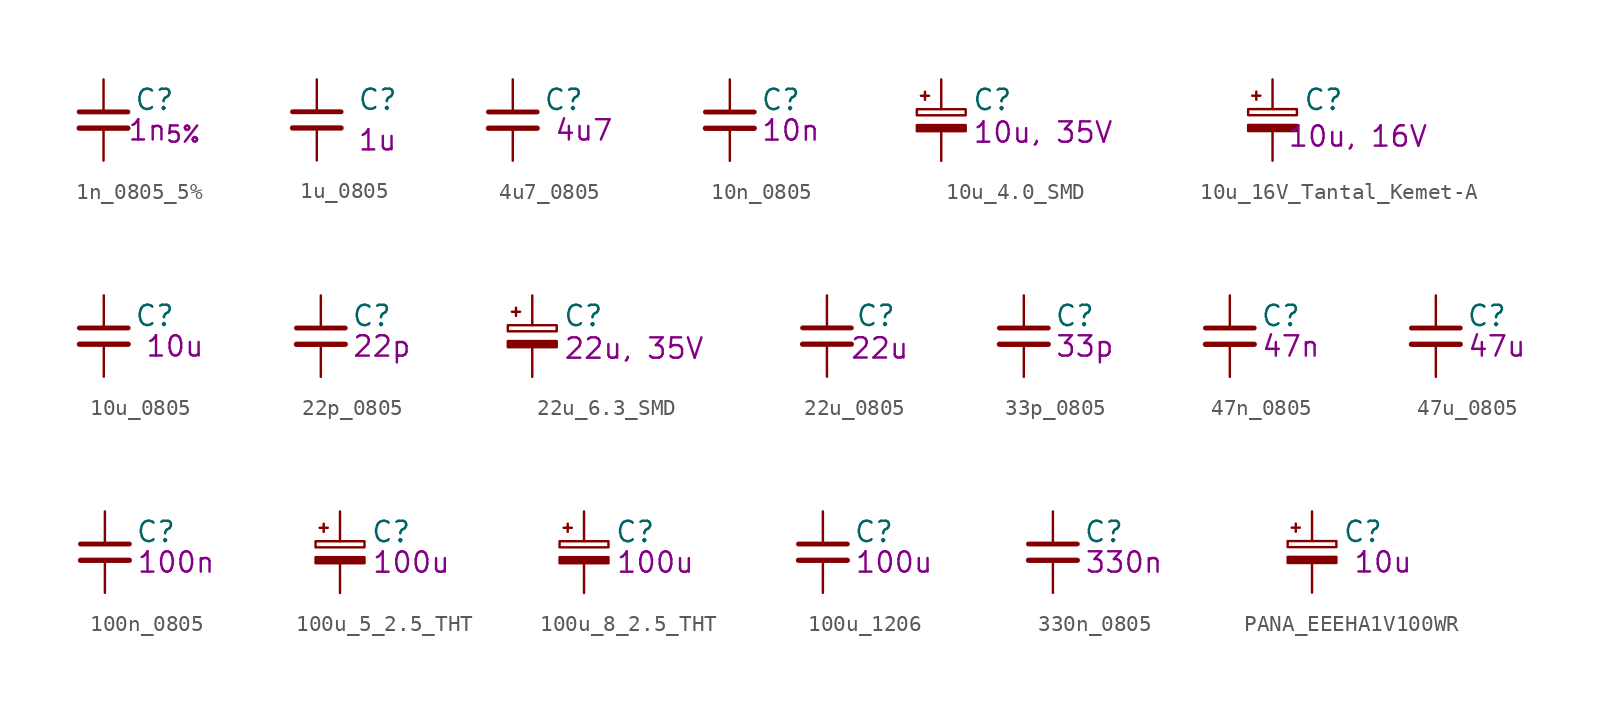
<source format=kicad_sym>
(kicad_symbol_lib
  (version 20241209)
  (generator "kicad_symbol_editor")
  (generator_version "9.0")
  (symbol "1n_0805_5%"
    (pin_numbers
      (hide yes))
    (pin_names
      (offset 0.254))
    (property "Reference" "C"
      (at 1.905 1.27 0)
      (effects (font (size 1.27 1.27)) (justify left)))
    (property "Value_" "1n_{5%}"
      (at 3.81 -0.635 0)
      (effects (font (size 1.27 1.27))))
    (symbol "1n_0805_5%_1_1"
      (polyline (pts (xy -1.524 0.508) (xy 1.524 0.508)) (stroke (width 0.305) (type default)) (fill (type none)))
      (polyline (pts (xy -1.524 -0.508) (xy 1.524 -0.508)) (stroke (width 0.33) (type default)) (fill (type none)))
      (pin passive line (at 0 2.54 270) (length 2.032) (name "~" (effects (font (size 1.27 1.27)))) (number "1" (effects (font (size 1.27 1.27)))))
      (pin passive line (at 0 -2.54 90) (length 2.032) (name "~" (effects (font (size 1.27 1.27)))) (number "2" (effects (font (size 1.27 1.27)))))))
  (symbol "1u_0805"
    (pin_numbers
      (hide yes))
    (pin_names
      (offset 0.254))
    (property "Reference" "C"
      (at 2.54 1.27 0)
      (effects (font (size 1.27 1.27)) (justify left)))
    (property "Value_" "1u"
      (at 3.81 -1.27 0)
      (effects (font (size 1.27 1.27))))
    (symbol "1u_0805_1_1"
      (polyline (pts (xy -1.524 0.508) (xy 1.524 0.508)) (stroke (width 0.305) (type default)) (fill (type none)))
      (polyline (pts (xy -1.524 -0.508) (xy 1.524 -0.508)) (stroke (width 0.33) (type default)) (fill (type none)))
      (pin passive line (at 0 2.54 270) (length 2.032) (name "~" (effects (font (size 1.27 1.27)))) (number "1" (effects (font (size 1.27 1.27)))))
      (pin passive line (at 0 -2.54 90) (length 2.032) (name "~" (effects (font (size 1.27 1.27)))) (number "2" (effects (font (size 1.27 1.27)))))))
  (symbol "4u7_0805"
    (pin_numbers
      (hide yes))
    (pin_names
      (offset 0.254))
    (property "Reference" "C"
      (at 1.905 1.27 0)
      (effects (font (size 1.27 1.27)) (justify left)))
    (property "Value_" "4u7"
      (at 4.445 -0.635 0)
      (effects (font (size 1.27 1.27))))
    (symbol "4u7_0805_1_1"
      (polyline (pts (xy -1.524 0.508) (xy 1.524 0.508)) (stroke (width 0.305) (type default)) (fill (type none)))
      (polyline (pts (xy -1.524 -0.508) (xy 1.524 -0.508)) (stroke (width 0.33) (type default)) (fill (type none)))
      (pin passive line (at 0 2.54 270) (length 2.032) (name "~" (effects (font (size 1.27 1.27)))) (number "1" (effects (font (size 1.27 1.27)))))
      (pin passive line (at 0 -2.54 90) (length 2.032) (name "~" (effects (font (size 1.27 1.27)))) (number "2" (effects (font (size 1.27 1.27)))))))
  (symbol "10n_0805"
    (pin_numbers
      (hide yes))
    (pin_names
      (offset 0.254))
    (property "Reference" "C"
      (at 1.905 1.27 0)
      (effects (font (size 1.27 1.27)) (justify left)))
    (property "Value_" "10n"
      (at 3.81 -0.635 0)
      (effects (font (size 1.27 1.27))))
    (symbol "10n_0805_1_1"
      (polyline (pts (xy -1.524 0.508) (xy 1.524 0.508)) (stroke (width 0.305) (type default)) (fill (type none)))
      (polyline (pts (xy -1.524 -0.508) (xy 1.524 -0.508)) (stroke (width 0.33) (type default)) (fill (type none)))
      (pin passive line (at 0 2.54 270) (length 2.032) (name "~" (effects (font (size 1.27 1.27)))) (number "1" (effects (font (size 1.27 1.27)))))
      (pin passive line (at 0 -2.54 90) (length 2.032) (name "~" (effects (font (size 1.27 1.27)))) (number "2" (effects (font (size 1.27 1.27)))))))
  (symbol "10u_4.0_SMD"
    (pin_numbers
      (hide yes))
    (pin_names
      (offset 0.254)
      (hide yes))
    (property "Reference" "C"
      (at 1.905 1.27 0)
      (effects (font (size 1.27 1.27)) (justify left)))
    (property "Value_" "10u, 35V"
      (at 6.35 -0.762 0)
      (effects (font (size 1.27 1.27))))
    (symbol "10u_4.0_SMD_0_1"
      (rectangle (start -1.524 0.686) (end 1.524 0.305) (stroke (width 0) (type default)) (fill (type none)))
      (rectangle (start -1.524 -0.305) (end 1.524 -0.686) (stroke (width 0) (type default)) (fill (type outline)))
      (polyline (pts (xy -1.27 1.524) (xy -0.762 1.524)) (stroke (width 0) (type default)) (fill (type none)))
      (polyline (pts (xy -1.016 1.27) (xy -1.016 1.778)) (stroke (width 0) (type default)) (fill (type none))))
    (symbol "10u_4.0_SMD_1_1"
      (pin passive line (at 0 2.54 270) (length 1.854) (name "~" (effects (font (size 1.27 1.27)))) (number "1" (effects (font (size 1.27 1.27)))))
      (pin passive line (at 0 -2.54 90) (length 1.854) (name "~" (effects (font (size 1.27 1.27)))) (number "2" (effects (font (size 1.27 1.27)))))))
  (symbol "10u_16V_Tantal_Kemet-A"
    (pin_numbers
      (hide yes))
    (pin_names
      (offset 0.254))
    (property "Reference" "C"
      (at 1.905 1.27 0)
      (effects (font (size 1.27 1.27)) (justify left)))
    (property "Value_" "10u, 16V"
      (at 5.334 -1.016 0)
      (effects (font (size 1.27 1.27))))
    (symbol "10u_16V_Tantal_Kemet-A_0_1"
      (rectangle (start -1.524 0.686) (end 1.524 0.305) (stroke (width 0) (type default)) (fill (type none)))
      (rectangle (start -1.524 -0.305) (end 1.524 -0.686) (stroke (width 0) (type default)) (fill (type outline)))
      (polyline (pts (xy -1.27 1.524) (xy -0.762 1.524)) (stroke (width 0) (type default)) (fill (type none)))
      (polyline (pts (xy -1.016 1.27) (xy -1.016 1.778)) (stroke (width 0) (type default)) (fill (type none))))
    (symbol "10u_16V_Tantal_Kemet-A_1_1"
      (pin passive line (at 0 2.54 270) (length 1.854) (name "~" (effects (font (size 1.27 1.27)))) (number "1" (effects (font (size 1.27 1.27)))))
      (pin passive line (at 0 -2.54 90) (length 1.854) (name "~" (effects (font (size 1.27 1.27)))) (number "2" (effects (font (size 1.27 1.27)))))))
  (symbol "10u_0805"
    (pin_numbers
      (hide yes))
    (pin_names
      (offset 0.254))
    (property "Reference" "C"
      (at 1.905 1.27 0)
      (effects (font (size 1.27 1.27)) (justify left)))
    (property "Value_" "10u"
      (at 4.445 -0.635 0)
      (effects (font (size 1.27 1.27))))
    (symbol "10u_0805_1_1"
      (polyline (pts (xy -1.524 0.508) (xy 1.524 0.508)) (stroke (width 0.305) (type default)) (fill (type none)))
      (polyline (pts (xy -1.524 -0.508) (xy 1.524 -0.508)) (stroke (width 0.33) (type default)) (fill (type none)))
      (pin passive line (at 0 2.54 270) (length 2.032) (name "~" (effects (font (size 1.27 1.27)))) (number "1" (effects (font (size 1.27 1.27)))))
      (pin passive line (at 0 -2.54 90) (length 2.032) (name "~" (effects (font (size 1.27 1.27)))) (number "2" (effects (font (size 1.27 1.27)))))))
  (symbol "22p_0805"
    (pin_numbers
      (hide yes))
    (pin_names
      (offset 0.254))
    (property "Reference" "C"
      (at 1.905 1.27 0)
      (effects (font (size 1.27 1.27)) (justify left)))
    (property "Value_" "22p"
      (at 3.81 -0.635 0)
      (effects (font (size 1.27 1.27))))
    (symbol "22p_0805_1_1"
      (polyline (pts (xy -1.524 0.508) (xy 1.524 0.508)) (stroke (width 0.305) (type default)) (fill (type none)))
      (polyline (pts (xy -1.524 -0.508) (xy 1.524 -0.508)) (stroke (width 0.33) (type default)) (fill (type none)))
      (pin passive line (at 0 2.54 270) (length 2.032) (name "~" (effects (font (size 1.27 1.27)))) (number "1" (effects (font (size 1.27 1.27)))))
      (pin passive line (at 0 -2.54 90) (length 2.032) (name "~" (effects (font (size 1.27 1.27)))) (number "2" (effects (font (size 1.27 1.27)))))))
  (symbol "22u_6.3_SMD"
    (pin_numbers
      (hide yes))
    (pin_names
      (offset 0.254)
      (hide yes))
    (property "Reference" "C"
      (at 1.905 1.27 0)
      (effects (font (size 1.27 1.27)) (justify left)))
    (property "Value_" "22u, 35V"
      (at 6.35 -0.762 0)
      (effects (font (size 1.27 1.27))))
    (symbol "22u_6.3_SMD_0_1"
      (rectangle (start -1.524 0.686) (end 1.524 0.305) (stroke (width 0) (type default)) (fill (type none)))
      (rectangle (start -1.524 -0.305) (end 1.524 -0.686) (stroke (width 0) (type default)) (fill (type outline)))
      (polyline (pts (xy -1.27 1.524) (xy -0.762 1.524)) (stroke (width 0) (type default)) (fill (type none)))
      (polyline (pts (xy -1.016 1.27) (xy -1.016 1.778)) (stroke (width 0) (type default)) (fill (type none))))
    (symbol "22u_6.3_SMD_1_1"
      (pin passive line (at 0 2.54 270) (length 1.854) (name "~" (effects (font (size 1.27 1.27)))) (number "1" (effects (font (size 1.27 1.27)))))
      (pin passive line (at 0 -2.54 90) (length 1.854) (name "~" (effects (font (size 1.27 1.27)))) (number "2" (effects (font (size 1.27 1.27)))))))
  (symbol "22u_0805"
    (pin_numbers
      (hide yes))
    (pin_names
      (offset 0.254))
    (property "Reference" "C"
      (at 1.778 1.27 0)
      (effects (font (size 1.27 1.27)) (justify left)))
    (property "Value_" "22u"
      (at 3.302 -0.762 0)
      (effects (font (size 1.27 1.27))))
    (symbol "22u_0805_1_1"
      (polyline (pts (xy -1.524 0.508) (xy 1.524 0.508)) (stroke (width 0.305) (type default)) (fill (type none)))
      (polyline (pts (xy -1.524 -0.508) (xy 1.524 -0.508)) (stroke (width 0.33) (type default)) (fill (type none)))
      (pin passive line (at 0 2.54 270) (length 2.032) (name "~" (effects (font (size 1.27 1.27)))) (number "1" (effects (font (size 1.27 1.27)))))
      (pin passive line (at 0 -2.54 90) (length 2.032) (name "~" (effects (font (size 1.27 1.27)))) (number "2" (effects (font (size 1.27 1.27)))))))
  (symbol "33p_0805"
    (pin_numbers
      (hide yes))
    (pin_names
      (offset 0.254))
    (property "Reference" "C"
      (at 1.905 1.27 0)
      (effects (font (size 1.27 1.27)) (justify left)))
    (property "Value_" "33p"
      (at 3.81 -0.635 0)
      (effects (font (size 1.27 1.27))))
    (symbol "33p_0805_1_1"
      (polyline (pts (xy -1.524 0.508) (xy 1.524 0.508)) (stroke (width 0.305) (type default)) (fill (type none)))
      (polyline (pts (xy -1.524 -0.508) (xy 1.524 -0.508)) (stroke (width 0.33) (type default)) (fill (type none)))
      (pin passive line (at 0 2.54 270) (length 2.032) (name "~" (effects (font (size 1.27 1.27)))) (number "1" (effects (font (size 1.27 1.27)))))
      (pin passive line (at 0 -2.54 90) (length 2.032) (name "~" (effects (font (size 1.27 1.27)))) (number "2" (effects (font (size 1.27 1.27)))))))
  (symbol "47n_0805"
    (pin_numbers
      (hide yes))
    (pin_names
      (offset 0.254))
    (property "Reference" "C"
      (at 1.905 1.27 0)
      (effects (font (size 1.27 1.27)) (justify left)))
    (property "Value_" "47n"
      (at 3.81 -0.635 0)
      (effects (font (size 1.27 1.27))))
    (symbol "47n_0805_1_1"
      (polyline (pts (xy -1.524 0.508) (xy 1.524 0.508)) (stroke (width 0.305) (type default)) (fill (type none)))
      (polyline (pts (xy -1.524 -0.508) (xy 1.524 -0.508)) (stroke (width 0.33) (type default)) (fill (type none)))
      (pin passive line (at 0 2.54 270) (length 2.032) (name "~" (effects (font (size 1.27 1.27)))) (number "1" (effects (font (size 1.27 1.27)))))
      (pin passive line (at 0 -2.54 90) (length 2.032) (name "~" (effects (font (size 1.27 1.27)))) (number "2" (effects (font (size 1.27 1.27)))))))
  (symbol "47u_0805"
    (pin_numbers
      (hide yes))
    (pin_names
      (offset 0.254))
    (property "Reference" "C"
      (at 1.905 1.27 0)
      (effects (font (size 1.27 1.27)) (justify left)))
    (property "Value_" "47u"
      (at 3.81 -0.635 0)
      (effects (font (size 1.27 1.27))))
    (symbol "47u_0805_1_1"
      (polyline (pts (xy -1.524 0.508) (xy 1.524 0.508)) (stroke (width 0.305) (type default)) (fill (type none)))
      (polyline (pts (xy -1.524 -0.508) (xy 1.524 -0.508)) (stroke (width 0.33) (type default)) (fill (type none)))
      (pin passive line (at 0 2.54 270) (length 2.032) (name "~" (effects (font (size 1.27 1.27)))) (number "1" (effects (font (size 1.27 1.27)))))
      (pin passive line (at 0 -2.54 90) (length 2.032) (name "~" (effects (font (size 1.27 1.27)))) (number "2" (effects (font (size 1.27 1.27)))))))
  (symbol "100n_0805"
    (pin_numbers
      (hide yes))
    (pin_names
      (offset 0.254))
    (property "Reference" "C"
      (at 1.905 1.27 0)
      (effects (font (size 1.27 1.27)) (justify left)))
    (property "Value_" "100n"
      (at 4.445 -0.635 0)
      (effects (font (size 1.27 1.27))))
    (symbol "100n_0805_1_1"
      (polyline (pts (xy -1.524 0.508) (xy 1.524 0.508)) (stroke (width 0.305) (type default)) (fill (type none)))
      (polyline (pts (xy -1.524 -0.508) (xy 1.524 -0.508)) (stroke (width 0.33) (type default)) (fill (type none)))
      (pin passive line (at 0 2.54 270) (length 2.032) (name "~" (effects (font (size 1.27 1.27)))) (number "1" (effects (font (size 1.27 1.27)))))
      (pin passive line (at 0 -2.54 90) (length 2.032) (name "~" (effects (font (size 1.27 1.27)))) (number "2" (effects (font (size 1.27 1.27)))))))
  (symbol "100u_5_2.5_THT"
    (pin_numbers
      (hide yes))
    (pin_names
      (offset 0.254)
      (hide yes))
    (property "Reference" "C"
      (at 1.905 1.27 0)
      (effects (font (size 1.27 1.27)) (justify left)))
    (property "Value_" "100u"
      (at 4.445 -0.635 0)
      (effects (font (size 1.27 1.27))))
    (symbol "100u_5_2.5_THT_0_1"
      (rectangle (start -1.524 0.686) (end 1.524 0.305) (stroke (width 0) (type default)) (fill (type none)))
      (rectangle (start -1.524 -0.305) (end 1.524 -0.686) (stroke (width 0) (type default)) (fill (type outline)))
      (polyline (pts (xy -1.27 1.524) (xy -0.762 1.524)) (stroke (width 0) (type default)) (fill (type none)))
      (polyline (pts (xy -1.016 1.27) (xy -1.016 1.778)) (stroke (width 0) (type default)) (fill (type none))))
    (symbol "100u_5_2.5_THT_1_1"
      (pin passive line (at 0 2.54 270) (length 1.854) (name "~" (effects (font (size 1.27 1.27)))) (number "1" (effects (font (size 1.27 1.27)))))
      (pin passive line (at 0 -2.54 90) (length 1.854) (name "~" (effects (font (size 1.27 1.27)))) (number "2" (effects (font (size 1.27 1.27)))))))
  (symbol "100u_8_2.5_THT"
    (pin_numbers
      (hide yes))
    (pin_names
      (offset 0.254)
      (hide yes))
    (property "Reference" "C"
      (at 1.905 1.27 0)
      (effects (font (size 1.27 1.27)) (justify left)))
    (property "Value_" "100u"
      (at 4.445 -0.635 0)
      (effects (font (size 1.27 1.27))))
    (symbol "100u_8_2.5_THT_0_1"
      (rectangle (start -1.524 0.686) (end 1.524 0.305) (stroke (width 0) (type default)) (fill (type none)))
      (rectangle (start -1.524 -0.305) (end 1.524 -0.686) (stroke (width 0) (type default)) (fill (type outline)))
      (polyline (pts (xy -1.27 1.524) (xy -0.762 1.524)) (stroke (width 0) (type default)) (fill (type none)))
      (polyline (pts (xy -1.016 1.27) (xy -1.016 1.778)) (stroke (width 0) (type default)) (fill (type none))))
    (symbol "100u_8_2.5_THT_1_1"
      (pin passive line (at 0 2.54 270) (length 1.854) (name "~" (effects (font (size 1.27 1.27)))) (number "1" (effects (font (size 1.27 1.27)))))
      (pin passive line (at 0 -2.54 90) (length 1.854) (name "~" (effects (font (size 1.27 1.27)))) (number "2" (effects (font (size 1.27 1.27)))))))
  (symbol "100u_1206"
    (pin_numbers
      (hide yes))
    (pin_names
      (offset 0.254))
    (property "Reference" "C"
      (at 1.905 1.27 0)
      (effects (font (size 1.27 1.27)) (justify left)))
    (property "Value_" "100u"
      (at 4.445 -0.635 0)
      (effects (font (size 1.27 1.27))))
    (symbol "100u_1206_1_1"
      (polyline (pts (xy -1.524 0.508) (xy 1.524 0.508)) (stroke (width 0.305) (type default)) (fill (type none)))
      (polyline (pts (xy -1.524 -0.508) (xy 1.524 -0.508)) (stroke (width 0.33) (type default)) (fill (type none)))
      (pin passive line (at 0 2.54 270) (length 2.032) (name "~" (effects (font (size 1.27 1.27)))) (number "1" (effects (font (size 1.27 1.27)))))
      (pin passive line (at 0 -2.54 90) (length 2.032) (name "~" (effects (font (size 1.27 1.27)))) (number "2" (effects (font (size 1.27 1.27)))))))
  (symbol "330n_0805"
    (pin_numbers
      (hide yes))
    (pin_names
      (offset 0.254))
    (property "Reference" "C"
      (at 1.905 1.27 0)
      (effects (font (size 1.27 1.27)) (justify left)))
    (property "Value_" "330n"
      (at 4.445 -0.635 0)
      (effects (font (size 1.27 1.27))))
    (symbol "330n_0805_1_1"
      (polyline (pts (xy -1.524 0.508) (xy 1.524 0.508)) (stroke (width 0.305) (type default)) (fill (type none)))
      (polyline (pts (xy -1.524 -0.508) (xy 1.524 -0.508)) (stroke (width 0.33) (type default)) (fill (type none)))
      (pin passive line (at 0 2.54 270) (length 2.032) (name "~" (effects (font (size 1.27 1.27)))) (number "1" (effects (font (size 1.27 1.27)))))
      (pin passive line (at 0 -2.54 90) (length 2.032) (name "~" (effects (font (size 1.27 1.27)))) (number "2" (effects (font (size 1.27 1.27)))))))
  (symbol "PANA_EEEHA1V100WR"
    (pin_numbers
      (hide yes))
    (pin_names
      (offset 0.254))
    (property "Reference" "C"
      (at 1.905 1.27 0)
      (effects (font (size 1.27 1.27)) (justify left)))
    (property "Value_" "10u"
      (at 4.445 -0.635 0)
      (effects (font (size 1.27 1.27))))
    (symbol "PANA_EEEHA1V100WR_0_1"
      (rectangle (start -1.524 0.686) (end 1.524 0.305) (stroke (width 0) (type default)) (fill (type none)))
      (rectangle (start -1.524 -0.305) (end 1.524 -0.686) (stroke (width 0) (type default)) (fill (type outline)))
      (polyline (pts (xy -1.27 1.524) (xy -0.762 1.524)) (stroke (width 0) (type default)) (fill (type none)))
      (polyline (pts (xy -1.016 1.27) (xy -1.016 1.778)) (stroke (width 0) (type default)) (fill (type none))))
    (symbol "PANA_EEEHA1V100WR_1_1"
      (pin passive line (at 0 2.54 270) (length 1.854) (name "~" (effects (font (size 1.27 1.27)))) (number "1" (effects (font (size 1.27 1.27)))))
      (pin passive line (at 0 -2.54 90) (length 1.854) (name "~" (effects (font (size 1.27 1.27)))) (number "2" (effects (font (size 1.27 1.27))))))))
</source>
